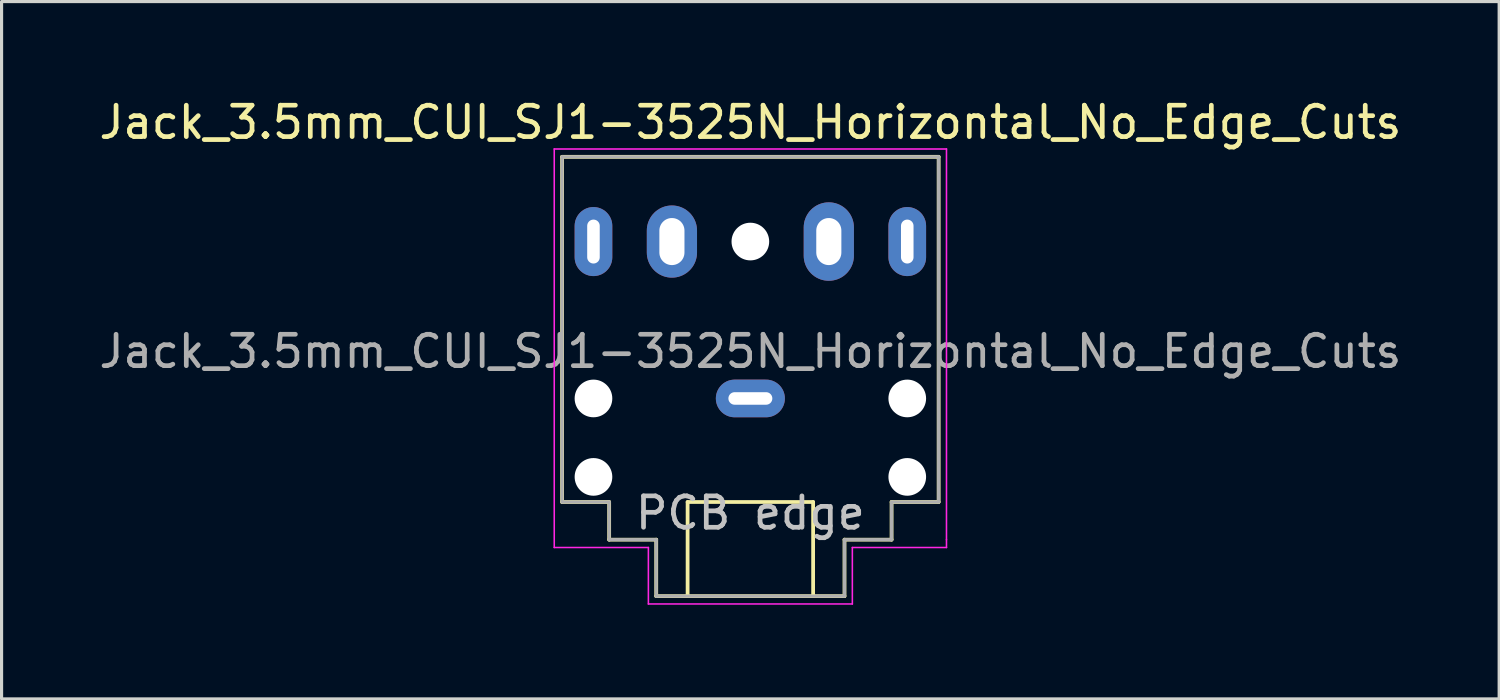
<source format=kicad_pcb>
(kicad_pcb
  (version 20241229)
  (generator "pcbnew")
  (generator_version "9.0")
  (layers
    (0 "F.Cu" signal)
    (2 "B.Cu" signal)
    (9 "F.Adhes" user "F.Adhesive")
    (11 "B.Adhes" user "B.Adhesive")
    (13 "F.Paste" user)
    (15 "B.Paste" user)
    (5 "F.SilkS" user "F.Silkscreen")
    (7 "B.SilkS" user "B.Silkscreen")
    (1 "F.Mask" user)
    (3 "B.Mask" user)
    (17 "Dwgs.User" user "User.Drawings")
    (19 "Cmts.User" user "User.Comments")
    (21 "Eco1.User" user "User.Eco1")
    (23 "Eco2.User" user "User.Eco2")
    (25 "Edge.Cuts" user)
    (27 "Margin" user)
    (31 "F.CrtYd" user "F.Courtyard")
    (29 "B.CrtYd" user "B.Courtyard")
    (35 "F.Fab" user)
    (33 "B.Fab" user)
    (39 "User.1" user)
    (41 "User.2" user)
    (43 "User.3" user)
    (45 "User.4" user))
  (footprint "Jack_3.5mm_CUI_SJ1-3525N_Horizontal_No_Edge_Cuts"
    (layer "F.Cu")
    (at 20.863 9.648)
    (property "Reference" "Jack_3.5mm_CUI_SJ1-3525N_Horizontal_No_Edge_Cuts" (at 0 -8.8 0) (layer "F.SilkS") (effects (font (size 1 1) (thickness 0.15))))
    (attr through_hole exclude_from_pos_files exclude_from_bom)
    (fp_line (start -6 -7.7) (end 6 -7.7) (stroke (width 0.12) (type solid)) (layer "F.SilkS"))
    (fp_line (start -6 3.3) (end -6 -7.7) (stroke (width 0.12) (type solid)) (layer "F.SilkS"))
    (fp_line (start -4.5 3.3) (end -6 3.3) (stroke (width 0.12) (type solid)) (layer "F.SilkS"))
    (fp_line (start -4.5 4.5) (end -4.5 3.3) (stroke (width 0.12) (type solid)) (layer "F.SilkS"))
    (fp_line (start -3 4.5) (end -4.5 4.5) (stroke (width 0.12) (type solid)) (layer "F.SilkS"))
    (fp_line (start -3 6.3) (end -3 4.5) (stroke (width 0.12) (type solid)) (layer "F.SilkS"))
    (fp_line (start -2 3.3) (end -2 6.3) (stroke (width 0.12) (type solid)) (layer "F.SilkS"))
    (fp_line (start 2 3.3) (end -2 3.3) (stroke (width 0.12) (type solid)) (layer "F.SilkS"))
    (fp_line (start 2 6.3) (end 2 3.3) (stroke (width 0.12) (type solid)) (layer "F.SilkS"))
    (fp_line (start 3 4.5) (end 3 6.3) (stroke (width 0.12) (type solid)) (layer "F.SilkS"))
    (fp_line (start 3 6.3) (end -3 6.3) (stroke (width 0.12) (type solid)) (layer "F.SilkS"))
    (fp_line (start 4.5 3.3) (end 4.5 4.5) (stroke (width 0.12) (type solid)) (layer "F.SilkS"))
    (fp_line (start 4.5 4.5) (end 3 4.5) (stroke (width 0.12) (type solid)) (layer "F.SilkS"))
    (fp_line (start 6 -7.7) (end 6 3.3) (stroke (width 0.12) (type solid)) (layer "F.SilkS"))
    (fp_line (start 6 3.3) (end 4.5 3.3) (stroke (width 0.12) (type solid)) (layer "F.SilkS"))
    (fp_line (start -6.25 -7.95) (end -6.25 4.75) (stroke (width 0.05) (type solid)) (layer "F.CrtYd"))
    (fp_line (start -6.25 4.75) (end -3.25 4.75) (stroke (width 0.05) (type solid)) (layer "F.CrtYd"))
    (fp_line (start -3.25 4.75) (end -3.25 6.55) (stroke (width 0.05) (type solid)) (layer "F.CrtYd"))
    (fp_line (start -3.25 6.55) (end 3.25 6.55) (stroke (width 0.05) (type solid)) (layer "F.CrtYd"))
    (fp_line (start 3.25 4.75) (end 6.25 4.75) (stroke (width 0.05) (type solid)) (layer "F.CrtYd"))
    (fp_line (start 3.25 6.55) (end 3.25 4.75) (stroke (width 0.05) (type solid)) (layer "F.CrtYd"))
    (fp_line (start 6.25 -7.95) (end -6.25 -7.95) (stroke (width 0.05) (type solid)) (layer "F.CrtYd"))
    (fp_line (start 6.25 4.5) (end 6.25 -7.95) (stroke (width 0.05) (type solid)) (layer "F.CrtYd"))
    (fp_line (start 6.25 4.75) (end 6.25 4.5) (stroke (width 0.05) (type solid)) (layer "F.CrtYd"))
    (fp_line (start -6 -7.7) (end 6 -7.7) (stroke (width 0.1) (type solid)) (layer "F.Fab"))
    (fp_line (start -6 3.3) (end -6 -7.7) (stroke (width 0.1) (type solid)) (layer "F.Fab"))
    (fp_line (start -4.5 3.3) (end -6 3.3) (stroke (width 0.1) (type solid)) (layer "F.Fab"))
    (fp_line (start -4.5 4.5) (end -4.5 3.3) (stroke (width 0.1) (type solid)) (layer "F.Fab"))
    (fp_line (start -4.5 4.5) (end -3 4.5) (stroke (width 0.1) (type solid)) (layer "F.Fab"))
    (fp_line (start -3 4.5) (end -3 6.3) (stroke (width 0.1) (type solid)) (layer "F.Fab"))
    (fp_line (start -3 6.3) (end 3 6.3) (stroke (width 0.1) (type solid)) (layer "F.Fab"))
    (fp_line (start 3 4.5) (end 3 6.3) (stroke (width 0.1) (type solid)) (layer "F.Fab"))
    (fp_line (start 4.5 3.3) (end 6 3.3) (stroke (width 0.1) (type solid)) (layer "F.Fab"))
    (fp_line (start 4.5 4.5) (end 3 4.5) (stroke (width 0.1) (type solid)) (layer "F.Fab"))
    (fp_line (start 4.5 4.5) (end 4.5 3.3) (stroke (width 0.1) (type solid)) (layer "F.Fab"))
    (fp_line (start 6 3.3) (end 6 -7.7) (stroke (width 0.1) (type solid)) (layer "F.Fab"))
    (fp_text user "PCB edge" (at 0 3.65 0) (unlocked yes) (layer "Dwgs.User") (effects (font (size 1 1) (thickness 0.15))))
    (fp_text user "${REFERENCE}" (at 0 -1.5 0) (layer "F.Fab") (effects (font (size 1 1) (thickness 0.15))))
    (pad "" np_thru_hole circle (at -5 0) (size 1.2 1.2) (drill 1.2) (layers "*.Cu" "*.Mask"))
    (pad "" np_thru_hole circle (at -5 2.5) (size 1.2 1.2) (drill 1.2) (layers "*.Cu" "*.Mask"))
    (pad "" np_thru_hole circle (at 0 -5) (size 1.2 1.2) (drill 1.2) (layers "*.Cu" "*.Mask"))
    (pad "" np_thru_hole circle (at 5 0) (size 1.2 1.2) (drill 1.2) (layers "*.Cu" "*.Mask"))
    (pad "" np_thru_hole circle (at 5 2.5) (size 1.2 1.2) (drill 1.2) (layers "*.Cu" "*.Mask"))
    (pad "R" thru_hole oval (at -5 -5) (size 1.2 2.2) (drill oval 0.4 1.4) (layers "*.Cu" "*.Mask"))
    (pad "RN" thru_hole oval (at -2.5 -5) (size 1.6 2.3) (drill oval 0.8 1.5) (layers "*.Cu" "*.Mask"))
    (pad "S" thru_hole oval (at 0 0) (size 2.2 1.2) (drill oval 1.4 0.4) (layers "*.Cu" "*.Mask"))
    (pad "T" thru_hole oval (at 5 -5 180) (size 1.2 2.2) (drill oval 0.4 1.4) (layers "*.Cu" "*.Mask"))
    (pad "TN" thru_hole oval (at 2.5 -5 180) (size 1.6 2.5) (drill oval 0.8 1.5) (layers "*.Cu" "*.Mask")))
  (gr_rect
    (start -3 -3)
    (end 44.726 19.223)
    (stroke (width 0.1) (type default))
    (fill no)
    (layer "Edge.Cuts")))
</source>
